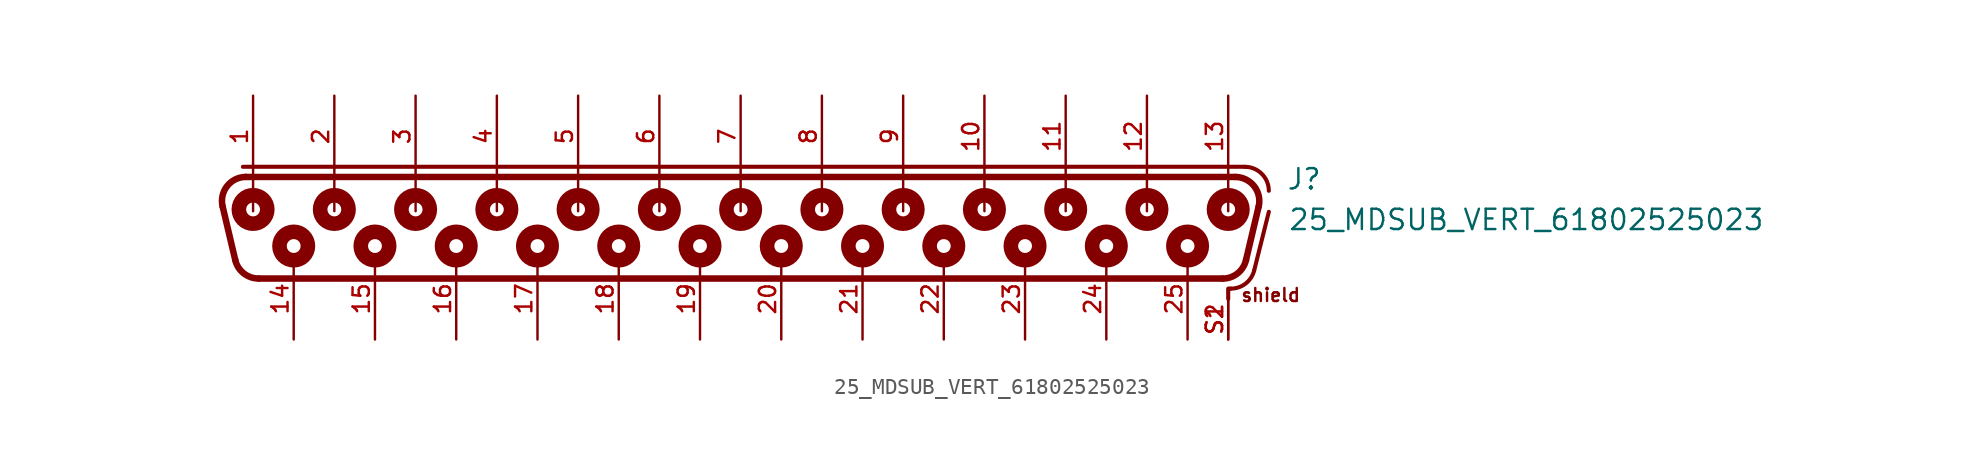
<source format=kicad_sym>
(kicad_symbol_lib
  (version 20241209)
  (generator "kicad_symbol_editor")
  (generator_version "9.0")
  (symbol "25_MDSUB_VERT_61802525023"
    (pin_names
      (offset 1.016))
    (property "Reference" "J"
      (at 34.1 1.66 0)
      (effects (font (size 1.27 1.27)) (justify left bottom)))
    (property "Value" "25_MDSUB_VERT_61802525023"
      (at 34.2 -0.88 0)
      (effects (font (size 1.27 1.27)) (justify left bottom)))
    (symbol "25_MDSUB_VERT_61802525023_0_0"
      (polyline (pts (xy -31.593 -2.655) (xy -32.384 0.695)) (stroke (width 0.406) (type default)) (fill (type none)))
      (polyline (pts (xy -31.115 3.175) (xy 31.52 3.175)) (stroke (width 0.254) (type default)) (fill (type none)))
      (polyline (pts (xy -30.924 2.54) (xy 30.924 2.54)) (stroke (width 0.406) (type default)) (fill (type none)))
      (arc (start -32.3842 0.6952) (mid -32.0983 1.9738) (end -30.9244 2.54) (stroke (width 0.4064) (type default)) (fill (type none)))
      (polyline (pts (xy -30.48 2.58) (xy -30.48 0.4)) (stroke (width 0.152) (type default)) (fill (type none)))
      (circle (center -30.48 0.508) (radius 0.432) (stroke (width 0.914) (type default)) (fill (type none)))
      (circle (center -30.48 0.508) (radius 0.762) (stroke (width 0.254) (type default)) (fill (type none)))
      (arc (start -30.1331 -3.81) (mid -31.0639 -3.4862) (end -31.5929 -2.6548) (stroke (width 0.4064) (type default)) (fill (type none)))
      (circle (center -27.94 -1.778) (radius 0.432) (stroke (width 0.914) (type default)) (fill (type none)))
      (circle (center -27.94 -1.778) (radius 0.762) (stroke (width 0.254) (type default)) (fill (type none)))
      (polyline (pts (xy -25.4 2.58) (xy -25.4 0.4)) (stroke (width 0.152) (type default)) (fill (type none)))
      (circle (center -25.4 0.508) (radius 0.432) (stroke (width 0.914) (type default)) (fill (type none)))
      (circle (center -25.4 0.508) (radius 0.762) (stroke (width 0.254) (type default)) (fill (type none)))
      (circle (center -22.86 -1.778) (radius 0.432) (stroke (width 0.914) (type default)) (fill (type none)))
      (circle (center -22.86 -1.778) (radius 0.762) (stroke (width 0.254) (type default)) (fill (type none)))
      (polyline (pts (xy -20.32 2.58) (xy -20.32 0.4)) (stroke (width 0.152) (type default)) (fill (type none)))
      (circle (center -20.32 0.508) (radius 0.432) (stroke (width 0.914) (type default)) (fill (type none)))
      (circle (center -20.32 0.508) (radius 0.762) (stroke (width 0.254) (type default)) (fill (type none)))
      (circle (center -17.78 -1.778) (radius 0.432) (stroke (width 0.914) (type default)) (fill (type none)))
      (circle (center -17.78 -1.778) (radius 0.762) (stroke (width 0.254) (type default)) (fill (type none)))
      (polyline (pts (xy -15.24 2.58) (xy -15.24 0.4)) (stroke (width 0.152) (type default)) (fill (type none)))
      (circle (center -15.24 0.508) (radius 0.432) (stroke (width 0.914) (type default)) (fill (type none)))
      (circle (center -15.24 0.508) (radius 0.762) (stroke (width 0.254) (type default)) (fill (type none)))
      (circle (center -12.7 -1.778) (radius 0.432) (stroke (width 0.914) (type default)) (fill (type none)))
      (circle (center -12.7 -1.778) (radius 0.762) (stroke (width 0.254) (type default)) (fill (type none)))
      (polyline (pts (xy -10.16 2.58) (xy -10.16 0.4)) (stroke (width 0.152) (type default)) (fill (type none)))
      (circle (center -10.16 0.508) (radius 0.432) (stroke (width 0.914) (type default)) (fill (type none)))
      (circle (center -10.16 0.508) (radius 0.762) (stroke (width 0.254) (type default)) (fill (type none)))
      (circle (center -7.62 -1.778) (radius 0.432) (stroke (width 0.914) (type default)) (fill (type none)))
      (circle (center -7.62 -1.778) (radius 0.762) (stroke (width 0.254) (type default)) (fill (type none)))
      (polyline (pts (xy -5.08 2.58) (xy -5.08 0.4)) (stroke (width 0.152) (type default)) (fill (type none)))
      (circle (center -5.08 0.508) (radius 0.432) (stroke (width 0.914) (type default)) (fill (type none)))
      (circle (center -5.08 0.508) (radius 0.762) (stroke (width 0.254) (type default)) (fill (type none)))
      (circle (center -2.54 -1.778) (radius 0.432) (stroke (width 0.914) (type default)) (fill (type none)))
      (circle (center -2.54 -1.778) (radius 0.762) (stroke (width 0.254) (type default)) (fill (type none)))
      (polyline (pts (xy 0 2.58) (xy 0 0.4)) (stroke (width 0.152) (type default)) (fill (type none)))
      (circle (center 0 0.508) (radius 0.432) (stroke (width 0.914) (type default)) (fill (type none)))
      (circle (center 0 0.508) (radius 0.762) (stroke (width 0.254) (type default)) (fill (type none)))
      (circle (center 2.54 -1.778) (radius 0.432) (stroke (width 0.914) (type default)) (fill (type none)))
      (circle (center 2.54 -1.778) (radius 0.762) (stroke (width 0.254) (type default)) (fill (type none)))
      (polyline (pts (xy 5.08 2.58) (xy 5.08 0.4)) (stroke (width 0.152) (type default)) (fill (type none)))
      (circle (center 5.08 0.508) (radius 0.432) (stroke (width 0.914) (type default)) (fill (type none)))
      (circle (center 5.08 0.508) (radius 0.762) (stroke (width 0.254) (type default)) (fill (type none)))
      (circle (center 7.62 -1.778) (radius 0.432) (stroke (width 0.914) (type default)) (fill (type none)))
      (circle (center 7.62 -1.778) (radius 0.762) (stroke (width 0.254) (type default)) (fill (type none)))
      (polyline (pts (xy 10.16 2.58) (xy 10.16 0.4)) (stroke (width 0.152) (type default)) (fill (type none)))
      (circle (center 10.16 0.508) (radius 0.432) (stroke (width 0.914) (type default)) (fill (type none)))
      (circle (center 10.16 0.508) (radius 0.762) (stroke (width 0.254) (type default)) (fill (type none)))
      (circle (center 12.7 -1.778) (radius 0.432) (stroke (width 0.914) (type default)) (fill (type none)))
      (circle (center 12.7 -1.778) (radius 0.762) (stroke (width 0.254) (type default)) (fill (type none)))
      (polyline (pts (xy 15.24 2.58) (xy 15.24 0.4)) (stroke (width 0.152) (type default)) (fill (type none)))
      (circle (center 15.24 0.508) (radius 0.432) (stroke (width 0.914) (type default)) (fill (type none)))
      (circle (center 15.24 0.508) (radius 0.762) (stroke (width 0.254) (type default)) (fill (type none)))
      (circle (center 17.78 -1.778) (radius 0.432) (stroke (width 0.914) (type default)) (fill (type none)))
      (circle (center 17.78 -1.778) (radius 0.762) (stroke (width 0.254) (type default)) (fill (type none)))
      (polyline (pts (xy 20.32 2.58) (xy 20.32 0.4)) (stroke (width 0.152) (type default)) (fill (type none)))
      (circle (center 20.32 0.508) (radius 0.432) (stroke (width 0.914) (type default)) (fill (type none)))
      (circle (center 20.32 0.508) (radius 0.762) (stroke (width 0.254) (type default)) (fill (type none)))
      (circle (center 22.86 -1.778) (radius 0.432) (stroke (width 0.914) (type default)) (fill (type none)))
      (circle (center 22.86 -1.778) (radius 0.762) (stroke (width 0.254) (type default)) (fill (type none)))
      (polyline (pts (xy 25.4 2.58) (xy 25.4 0.4)) (stroke (width 0.152) (type default)) (fill (type none)))
      (circle (center 25.4 0.508) (radius 0.432) (stroke (width 0.914) (type default)) (fill (type none)))
      (circle (center 25.4 0.508) (radius 0.762) (stroke (width 0.254) (type default)) (fill (type none)))
      (circle (center 27.94 -1.778) (radius 0.432) (stroke (width 0.914) (type default)) (fill (type none)))
      (circle (center 27.94 -1.778) (radius 0.762) (stroke (width 0.254) (type default)) (fill (type none)))
      (polyline (pts (xy 30.133 -3.81) (xy -30.133 -3.81)) (stroke (width 0.406) (type default)) (fill (type none)))
      (arc (start 31.5929 -2.6548) (mid 31.0642 -3.4874) (end 30.1331 -3.81) (stroke (width 0.4064) (type default)) (fill (type none)))
      (polyline (pts (xy 30.48 2.58) (xy 30.48 0.4)) (stroke (width 0.152) (type default)) (fill (type none)))
      (circle (center 30.48 0.508) (radius 0.432) (stroke (width 0.914) (type default)) (fill (type none)))
      (circle (center 30.48 0.508) (radius 0.762) (stroke (width 0.254) (type default)) (fill (type none)))
      (polyline (pts (xy 30.48 -4.445) (xy 30.48 -5.08)) (stroke (width 0.254) (type default)) (fill (type none)))
      (polyline (pts (xy 30.52 -4.44) (xy 30.649 -4.44)) (stroke (width 0.254) (type default)) (fill (type none)))
      (arc (start 32.1041 -3.3038) (mid 31.5723 -4.122) (end 30.6488 -4.44) (stroke (width 0.254) (type default)) (fill (type none)))
      (arc (start 30.9244 2.54) (mid 32.0973 1.9695) (end 32.3842 0.6952) (stroke (width 0.4064) (type default)) (fill (type none)))
      (arc (start 31.52 3.175) (mid 32.5807 2.7357) (end 33.02 1.675) (stroke (width 0.254) (type default)) (fill (type none)))
      (polyline (pts (xy 32.104 -3.304) (xy 33.02 0.36)) (stroke (width 0.254) (type default)) (fill (type none)))
      (polyline (pts (xy 32.384 0.695) (xy 31.593 -2.655)) (stroke (width 0.406) (type default)) (fill (type none)))
      (text "shield" (at 31.22 -5.32 0) (effects (font (size 0.813 0.813)) (justify left bottom)))
      (pin bidirectional line (at -30.48 7.62 270) (length 5.08) (name "~" (effects (font (size 1.016 1.016)))) (number "1" (effects (font (size 1.016 1.016)))))
      (pin bidirectional line (at -27.94 -7.62 90) (length 5.08) (name "~" (effects (font (size 1.016 1.016)))) (number "14" (effects (font (size 1.016 1.016)))))
      (pin bidirectional line (at -25.4 7.62 270) (length 5.08) (name "~" (effects (font (size 1.016 1.016)))) (number "2" (effects (font (size 1.016 1.016)))))
      (pin bidirectional line (at -22.86 -7.62 90) (length 5.08) (name "~" (effects (font (size 1.016 1.016)))) (number "15" (effects (font (size 1.016 1.016)))))
      (pin bidirectional line (at -20.32 7.62 270) (length 5.08) (name "~" (effects (font (size 1.016 1.016)))) (number "3" (effects (font (size 1.016 1.016)))))
      (pin bidirectional line (at -17.78 -7.62 90) (length 5.08) (name "~" (effects (font (size 1.016 1.016)))) (number "16" (effects (font (size 1.016 1.016)))))
      (pin bidirectional line (at -15.24 7.62 270) (length 5.08) (name "~" (effects (font (size 1.016 1.016)))) (number "4" (effects (font (size 1.016 1.016)))))
      (pin bidirectional line (at -12.7 -7.62 90) (length 5.08) (name "~" (effects (font (size 1.016 1.016)))) (number "17" (effects (font (size 1.016 1.016)))))
      (pin bidirectional line (at -10.16 7.62 270) (length 5.08) (name "~" (effects (font (size 1.016 1.016)))) (number "5" (effects (font (size 1.016 1.016)))))
      (pin bidirectional line (at -7.62 -7.62 90) (length 5.08) (name "~" (effects (font (size 1.016 1.016)))) (number "18" (effects (font (size 1.016 1.016)))))
      (pin bidirectional line (at -5.08 7.62 270) (length 5.08) (name "~" (effects (font (size 1.016 1.016)))) (number "6" (effects (font (size 1.016 1.016)))))
      (pin bidirectional line (at -2.54 -7.62 90) (length 5.08) (name "~" (effects (font (size 1.016 1.016)))) (number "19" (effects (font (size 1.016 1.016)))))
      (pin bidirectional line (at 0 7.62 270) (length 5.08) (name "~" (effects (font (size 1.016 1.016)))) (number "7" (effects (font (size 1.016 1.016)))))
      (pin bidirectional line (at 2.54 -7.62 90) (length 5.08) (name "~" (effects (font (size 1.016 1.016)))) (number "20" (effects (font (size 1.016 1.016)))))
      (pin bidirectional line (at 5.08 7.62 270) (length 5.08) (name "~" (effects (font (size 1.016 1.016)))) (number "8" (effects (font (size 1.016 1.016)))))
      (pin bidirectional line (at 7.62 -7.62 90) (length 5.08) (name "~" (effects (font (size 1.016 1.016)))) (number "21" (effects (font (size 1.016 1.016)))))
      (pin bidirectional line (at 10.16 7.62 270) (length 5.08) (name "~" (effects (font (size 1.016 1.016)))) (number "9" (effects (font (size 1.016 1.016)))))
      (pin bidirectional line (at 12.7 -7.62 90) (length 5.08) (name "~" (effects (font (size 1.016 1.016)))) (number "22" (effects (font (size 1.016 1.016)))))
      (pin bidirectional line (at 15.24 7.62 270) (length 5.08) (name "~" (effects (font (size 1.016 1.016)))) (number "10" (effects (font (size 1.016 1.016)))))
      (pin bidirectional line (at 17.78 -7.62 90) (length 5.08) (name "~" (effects (font (size 1.016 1.016)))) (number "23" (effects (font (size 1.016 1.016)))))
      (pin bidirectional line (at 20.32 7.62 270) (length 5.08) (name "~" (effects (font (size 1.016 1.016)))) (number "11" (effects (font (size 1.016 1.016)))))
      (pin bidirectional line (at 22.86 -7.62 90) (length 5.08) (name "~" (effects (font (size 1.016 1.016)))) (number "24" (effects (font (size 1.016 1.016)))))
      (pin bidirectional line (at 25.4 7.62 270) (length 5.08) (name "~" (effects (font (size 1.016 1.016)))) (number "12" (effects (font (size 1.016 1.016)))))
      (pin bidirectional line (at 27.94 -7.62 90) (length 5.08) (name "~" (effects (font (size 1.016 1.016)))) (number "25" (effects (font (size 1.016 1.016)))))
      (pin bidirectional line (at 30.48 7.62 270) (length 5.08) (name "~" (effects (font (size 1.016 1.016)))) (number "13" (effects (font (size 1.016 1.016)))))
      (pin bidirectional line (at 30.48 -7.62 90) (length 2.54) (name "~" (effects (font (size 1.016 1.016)))) (number "S1" (effects (font (size 1.016 1.016)))))
      (pin bidirectional line (at 30.48 -7.62 90) (length 2.54) (name "~" (effects (font (size 1.016 1.016)))) (number "S2" (effects (font (size 1.016 1.016))))))))
</source>
